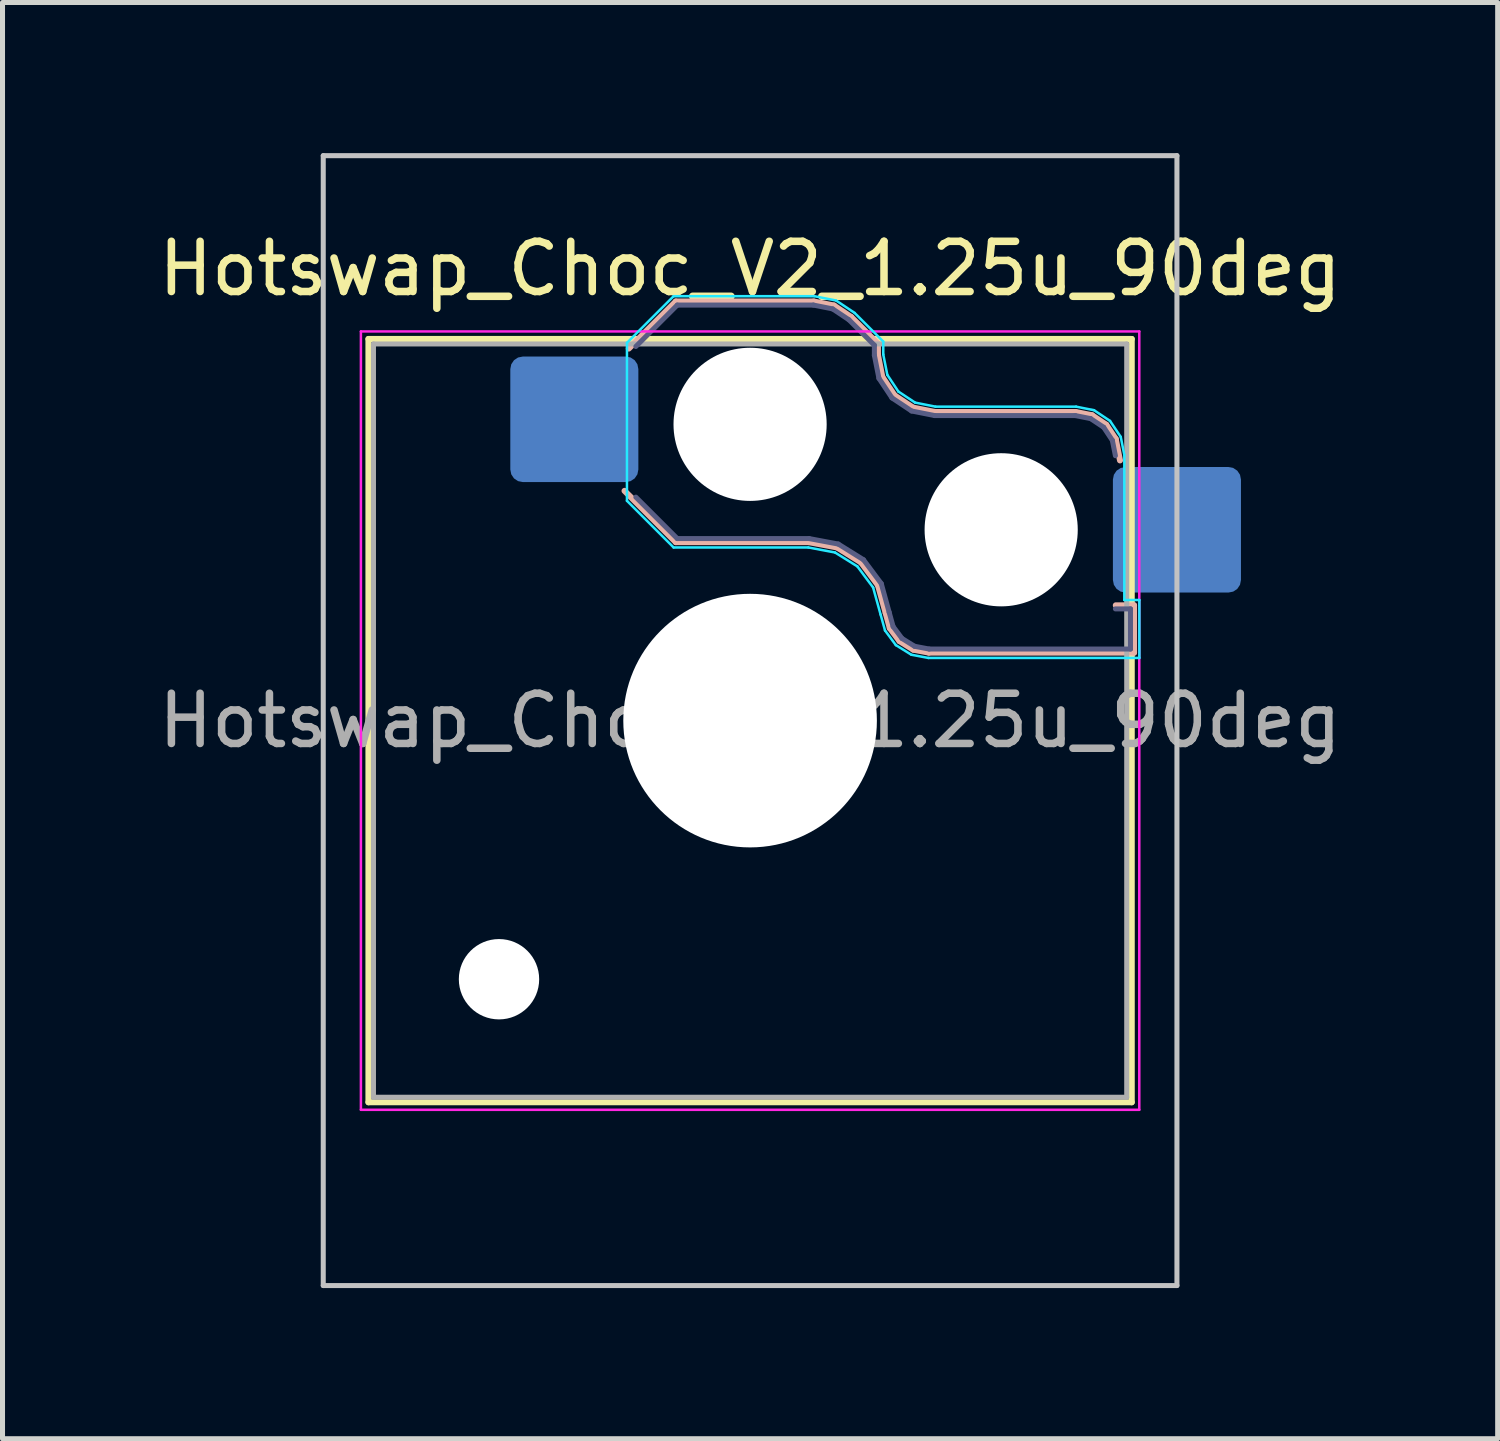
<source format=kicad_pcb>
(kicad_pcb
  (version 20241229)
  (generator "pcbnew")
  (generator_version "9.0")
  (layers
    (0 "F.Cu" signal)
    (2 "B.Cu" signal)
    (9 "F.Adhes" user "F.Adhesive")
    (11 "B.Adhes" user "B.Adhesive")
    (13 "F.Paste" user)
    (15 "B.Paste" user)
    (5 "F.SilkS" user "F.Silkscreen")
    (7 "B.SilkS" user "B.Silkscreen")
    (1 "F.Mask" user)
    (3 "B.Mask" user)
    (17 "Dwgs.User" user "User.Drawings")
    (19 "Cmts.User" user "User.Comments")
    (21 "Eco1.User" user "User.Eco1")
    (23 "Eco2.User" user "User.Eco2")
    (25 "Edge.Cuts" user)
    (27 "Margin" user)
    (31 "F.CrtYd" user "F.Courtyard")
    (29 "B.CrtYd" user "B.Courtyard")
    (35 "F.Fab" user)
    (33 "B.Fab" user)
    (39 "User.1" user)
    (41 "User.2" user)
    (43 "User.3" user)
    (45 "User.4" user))
  (footprint "Hotswap_Choc_V2_1.25u_90deg"
    (layer "F.Cu")
    (at 11.887 11.3)
    (property "Reference" "Hotswap_Choc_V2_1.25u_90deg" (at 0 -9 0) (layer "F.SilkS") (effects (font (size 1 1) (thickness 0.15))))
    (attr smd)
    (fp_line (start -7.6 -7.6) (end -7.6 7.6) (stroke (width 0.12) (type solid)) (layer "F.SilkS"))
    (fp_line (start -7.6 7.6) (end 7.6 7.6) (stroke (width 0.12) (type solid)) (layer "F.SilkS"))
    (fp_line (start 7.6 -7.6) (end -7.6 -7.6) (stroke (width 0.12) (type solid)) (layer "F.SilkS"))
    (fp_line (start 7.6 7.6) (end 7.6 -7.6) (stroke (width 0.12) (type solid)) (layer "F.SilkS"))
    (fp_line (start -2.416 -7.409) (end -1.479 -8.346) (stroke (width 0.12) (type solid)) (layer "B.SilkS"))
    (fp_line (start -1.479 -8.346) (end 1.268 -8.346) (stroke (width 0.12) (type solid)) (layer "B.SilkS"))
    (fp_line (start -1.479 -3.554) (end -2.5 -4.575) (stroke (width 0.12) (type solid)) (layer "B.SilkS"))
    (fp_line (start 1.168 -3.554) (end -1.479 -3.554) (stroke (width 0.12) (type solid)) (layer "B.SilkS"))
    (fp_line (start 1.268 -8.346) (end 1.671 -8.266) (stroke (width 0.12) (type solid)) (layer "B.SilkS"))
    (fp_line (start 1.671 -8.266) (end 2.013 -8.037) (stroke (width 0.12) (type solid)) (layer "B.SilkS"))
    (fp_line (start 1.73 -3.449) (end 1.168 -3.554) (stroke (width 0.12) (type solid)) (layer "B.SilkS"))
    (fp_line (start 2.013 -8.037) (end 2.546 -7.504) (stroke (width 0.12) (type solid)) (layer "B.SilkS"))
    (fp_line (start 2.209 -3.15) (end 1.73 -3.449) (stroke (width 0.12) (type solid)) (layer "B.SilkS"))
    (fp_line (start 2.546 -7.504) (end 2.546 -7.282) (stroke (width 0.12) (type solid)) (layer "B.SilkS"))
    (fp_line (start 2.546 -7.282) (end 2.633 -6.844) (stroke (width 0.12) (type solid)) (layer "B.SilkS"))
    (fp_line (start 2.547 -2.697) (end 2.209 -3.15) (stroke (width 0.12) (type solid)) (layer "B.SilkS"))
    (fp_line (start 2.633 -6.844) (end 2.877 -6.477) (stroke (width 0.12) (type solid)) (layer "B.SilkS"))
    (fp_line (start 2.701 -2.139) (end 2.547 -2.697) (stroke (width 0.12) (type solid)) (layer "B.SilkS"))
    (fp_line (start 2.783 -1.841) (end 2.701 -2.139) (stroke (width 0.12) (type solid)) (layer "B.SilkS"))
    (fp_line (start 2.877 -6.477) (end 3.244 -6.233) (stroke (width 0.12) (type solid)) (layer "B.SilkS"))
    (fp_line (start 2.976 -1.583) (end 2.783 -1.841) (stroke (width 0.12) (type solid)) (layer "B.SilkS"))
    (fp_line (start 3.244 -6.233) (end 3.682 -6.146) (stroke (width 0.12) (type solid)) (layer "B.SilkS"))
    (fp_line (start 3.25 -1.413) (end 2.976 -1.583) (stroke (width 0.12) (type solid)) (layer "B.SilkS"))
    (fp_line (start 3.56 -1.354) (end 3.25 -1.413) (stroke (width 0.12) (type solid)) (layer "B.SilkS"))
    (fp_line (start 3.682 -6.146) (end 6.482 -6.146) (stroke (width 0.12) (type solid)) (layer "B.SilkS"))
    (fp_line (start 6.482 -6.146) (end 6.809 -6.081) (stroke (width 0.12) (type solid)) (layer "B.SilkS"))
    (fp_line (start 6.809 -6.081) (end 7.092 -5.892) (stroke (width 0.12) (type solid)) (layer "B.SilkS"))
    (fp_line (start 7.092 -5.892) (end 7.281 -5.609) (stroke (width 0.12) (type solid)) (layer "B.SilkS"))
    (fp_line (start 7.281 -5.609) (end 7.366 -5.182) (stroke (width 0.12) (type solid)) (layer "B.SilkS"))
    (fp_line (start 7.283 -2.296) (end 7.646 -2.296) (stroke (width 0.12) (type solid)) (layer "B.SilkS"))
    (fp_line (start 7.646 -2.296) (end 7.646 -1.354) (stroke (width 0.12) (type solid)) (layer "B.SilkS"))
    (fp_line (start 7.646 -1.354) (end 3.56 -1.354) (stroke (width 0.12) (type solid)) (layer "B.SilkS"))
    (fp_line (start -8.5 -11.25) (end 8.5 -11.25) (stroke (width 0.1) (type solid)) (layer "Dwgs.User"))
    (fp_line (start -8.5 11.25) (end -8.5 -11.25) (stroke (width 0.1) (type solid)) (layer "Dwgs.User"))
    (fp_line (start 8.5 -11.25) (end 8.5 11.25) (stroke (width 0.1) (type solid)) (layer "Dwgs.User"))
    (fp_line (start 8.5 11.25) (end -8.5 11.25) (stroke (width 0.1) (type solid)) (layer "Dwgs.User"))
    (fp_line (start -7.25 -7.25) (end -7.25 7.25) (stroke (width 0.1) (type solid)) (layer "Eco1.User"))
    (fp_line (start -7.25 7.25) (end 7.25 7.25) (stroke (width 0.1) (type solid)) (layer "Eco1.User"))
    (fp_line (start 7.25 -7.25) (end -7.25 -7.25) (stroke (width 0.1) (type solid)) (layer "Eco1.User"))
    (fp_line (start 7.25 7.25) (end 7.25 -7.25) (stroke (width 0.1) (type solid)) (layer "Eco1.User"))
    (fp_line (start -2.452 -7.523) (end -1.523 -8.452) (stroke (width 0.05) (type solid)) (layer "B.CrtYd"))
    (fp_line (start -2.452 -4.377) (end -2.452 -7.523) (stroke (width 0.05) (type solid)) (layer "B.CrtYd"))
    (fp_line (start -1.523 -8.452) (end 1.278 -8.452) (stroke (width 0.05) (type solid)) (layer "B.CrtYd"))
    (fp_line (start -1.523 -3.448) (end -2.452 -4.377) (stroke (width 0.05) (type solid)) (layer "B.CrtYd"))
    (fp_line (start 1.159 -3.448) (end -1.523 -3.448) (stroke (width 0.05) (type solid)) (layer "B.CrtYd"))
    (fp_line (start 1.278 -8.452) (end 1.712 -8.366) (stroke (width 0.05) (type solid)) (layer "B.CrtYd"))
    (fp_line (start 1.691 -3.348) (end 1.159 -3.448) (stroke (width 0.05) (type solid)) (layer "B.CrtYd"))
    (fp_line (start 1.712 -8.366) (end 2.081 -8.119) (stroke (width 0.05) (type solid)) (layer "B.CrtYd"))
    (fp_line (start 2.081 -8.119) (end 2.652 -7.548) (stroke (width 0.05) (type solid)) (layer "B.CrtYd"))
    (fp_line (start 2.136 -3.071) (end 1.691 -3.348) (stroke (width 0.05) (type solid)) (layer "B.CrtYd"))
    (fp_line (start 2.45 -2.65) (end 2.136 -3.071) (stroke (width 0.05) (type solid)) (layer "B.CrtYd"))
    (fp_line (start 2.599 -2.111) (end 2.45 -2.65) (stroke (width 0.05) (type solid)) (layer "B.CrtYd"))
    (fp_line (start 2.652 -7.548) (end 2.652 -7.292) (stroke (width 0.05) (type solid)) (layer "B.CrtYd"))
    (fp_line (start 2.652 -7.292) (end 2.733 -6.885) (stroke (width 0.05) (type solid)) (layer "B.CrtYd"))
    (fp_line (start 2.687 -1.794) (end 2.599 -2.111) (stroke (width 0.05) (type solid)) (layer "B.CrtYd"))
    (fp_line (start 2.733 -6.885) (end 2.953 -6.553) (stroke (width 0.05) (type solid)) (layer "B.CrtYd"))
    (fp_line (start 2.903 -1.503) (end 2.687 -1.794) (stroke (width 0.05) (type solid)) (layer "B.CrtYd"))
    (fp_line (start 2.953 -6.553) (end 3.285 -6.333) (stroke (width 0.05) (type solid)) (layer "B.CrtYd"))
    (fp_line (start 3.211 -1.312) (end 2.903 -1.503) (stroke (width 0.05) (type solid)) (layer "B.CrtYd"))
    (fp_line (start 3.285 -6.333) (end 3.692 -6.252) (stroke (width 0.05) (type solid)) (layer "B.CrtYd"))
    (fp_line (start 3.55 -1.248) (end 3.211 -1.312) (stroke (width 0.05) (type solid)) (layer "B.CrtYd"))
    (fp_line (start 3.692 -6.252) (end 6.492 -6.252) (stroke (width 0.05) (type solid)) (layer "B.CrtYd"))
    (fp_line (start 6.492 -6.252) (end 6.85 -6.181) (stroke (width 0.05) (type solid)) (layer "B.CrtYd"))
    (fp_line (start 6.85 -6.181) (end 7.168 -5.968) (stroke (width 0.05) (type solid)) (layer "B.CrtYd"))
    (fp_line (start 7.168 -5.968) (end 7.381 -5.65) (stroke (width 0.05) (type solid)) (layer "B.CrtYd"))
    (fp_line (start 7.381 -5.65) (end 7.452 -5.292) (stroke (width 0.05) (type solid)) (layer "B.CrtYd"))
    (fp_line (start 7.452 -5.292) (end 7.452 -2.402) (stroke (width 0.05) (type solid)) (layer "B.CrtYd"))
    (fp_line (start 7.452 -2.402) (end 7.752 -2.402) (stroke (width 0.05) (type solid)) (layer "B.CrtYd"))
    (fp_line (start 7.752 -2.402) (end 7.752 -1.248) (stroke (width 0.05) (type solid)) (layer "B.CrtYd"))
    (fp_line (start 7.752 -1.248) (end 3.55 -1.248) (stroke (width 0.05) (type solid)) (layer "B.CrtYd"))
    (fp_line (start -7.75 -7.75) (end -7.75 7.75) (stroke (width 0.05) (type solid)) (layer "F.CrtYd"))
    (fp_line (start -7.75 7.75) (end 7.75 7.75) (stroke (width 0.05) (type solid)) (layer "F.CrtYd"))
    (fp_line (start 7.75 -7.75) (end -7.75 -7.75) (stroke (width 0.05) (type solid)) (layer "F.CrtYd"))
    (fp_line (start 7.75 7.75) (end 7.75 -7.75) (stroke (width 0.05) (type solid)) (layer "F.CrtYd"))
    (fp_line (start -2.275 -7.45) (end -1.45 -8.275) (stroke (width 0.1) (type solid)) (layer "B.Fab"))
    (fp_line (start -1.45 -8.275) (end 1.261 -8.275) (stroke (width 0.1) (type solid)) (layer "B.Fab"))
    (fp_line (start -1.45 -3.625) (end -2.275 -4.45) (stroke (width 0.1) (type solid)) (layer "B.Fab"))
    (fp_line (start 1.175 -3.625) (end -1.45 -3.625) (stroke (width 0.1) (type solid)) (layer "B.Fab"))
    (fp_line (start 1.261 -8.275) (end 1.643 -8.199) (stroke (width 0.1) (type solid)) (layer "B.Fab"))
    (fp_line (start 1.643 -8.199) (end 1.968 -7.982) (stroke (width 0.1) (type solid)) (layer "B.Fab"))
    (fp_line (start 1.756 -3.516) (end 1.175 -3.625) (stroke (width 0.1) (type solid)) (layer "B.Fab"))
    (fp_line (start 1.968 -7.982) (end 2.475 -7.475) (stroke (width 0.1) (type solid)) (layer "B.Fab"))
    (fp_line (start 2.258 -3.203) (end 1.756 -3.516) (stroke (width 0.1) (type solid)) (layer "B.Fab"))
    (fp_line (start 2.475 -7.475) (end 2.475 -7.275) (stroke (width 0.1) (type solid)) (layer "B.Fab"))
    (fp_line (start 2.475 -7.275) (end 2.566 -6.816) (stroke (width 0.1) (type solid)) (layer "B.Fab"))
    (fp_line (start 2.566 -6.816) (end 2.826 -6.426) (stroke (width 0.1) (type solid)) (layer "B.Fab"))
    (fp_line (start 2.612 -2.729) (end 2.258 -3.203) (stroke (width 0.1) (type solid)) (layer "B.Fab"))
    (fp_line (start 2.769 -2.158) (end 2.612 -2.729) (stroke (width 0.1) (type solid)) (layer "B.Fab"))
    (fp_line (start 2.826 -6.426) (end 3.216 -6.166) (stroke (width 0.1) (type solid)) (layer "B.Fab"))
    (fp_line (start 2.848 -1.873) (end 2.769 -2.158) (stroke (width 0.1) (type solid)) (layer "B.Fab"))
    (fp_line (start 3.025 -1.636) (end 2.848 -1.873) (stroke (width 0.1) (type solid)) (layer "B.Fab"))
    (fp_line (start 3.216 -6.166) (end 3.675 -6.075) (stroke (width 0.1) (type solid)) (layer "B.Fab"))
    (fp_line (start 3.276 -1.48) (end 3.025 -1.636) (stroke (width 0.1) (type solid)) (layer "B.Fab"))
    (fp_line (start 3.567 -1.425) (end 3.276 -1.48) (stroke (width 0.1) (type solid)) (layer "B.Fab"))
    (fp_line (start 3.675 -6.075) (end 6.475 -6.075) (stroke (width 0.1) (type solid)) (layer "B.Fab"))
    (fp_line (start 6.475 -6.075) (end 6.781 -6.014) (stroke (width 0.1) (type solid)) (layer "B.Fab"))
    (fp_line (start 6.781 -6.014) (end 7.041 -5.841) (stroke (width 0.1) (type solid)) (layer "B.Fab"))
    (fp_line (start 7.041 -5.841) (end 7.214 -5.581) (stroke (width 0.1) (type solid)) (layer "B.Fab"))
    (fp_line (start 7.214 -5.581) (end 7.275 -5.275) (stroke (width 0.1) (type solid)) (layer "B.Fab"))
    (fp_line (start 7.275 -2.225) (end 7.575 -2.225) (stroke (width 0.1) (type solid)) (layer "B.Fab"))
    (fp_line (start 7.575 -2.225) (end 7.575 -1.425) (stroke (width 0.1) (type solid)) (layer "B.Fab"))
    (fp_line (start 7.575 -1.425) (end 3.567 -1.425) (stroke (width 0.1) (type solid)) (layer "B.Fab"))
    (fp_line (start -7.5 -7.5) (end -7.5 7.5) (stroke (width 0.1) (type solid)) (layer "F.Fab"))
    (fp_line (start -7.5 7.5) (end 7.5 7.5) (stroke (width 0.1) (type solid)) (layer "F.Fab"))
    (fp_line (start 7.5 -7.5) (end -7.5 -7.5) (stroke (width 0.1) (type solid)) (layer "F.Fab"))
    (fp_line (start 7.5 7.5) (end 7.5 -7.5) (stroke (width 0.1) (type solid)) (layer "F.Fab"))
    (fp_text user "${REFERENCE}" (at 0 0 0) (layer "F.Fab") (effects (font (size 1 1) (thickness 0.15))))
    (pad "" np_thru_hole circle (at -5 5.15) (size 1.6 1.6) (drill 1.6) (layers "*.Cu" "*.Mask"))
    (pad "" np_thru_hole circle (at 0 -5.9) (size 3.05 3.05) (drill 3.05) (layers "*.Cu" "*.Mask"))
    (pad "" np_thru_hole circle (at 0 0) (size 5.05 5.05) (drill 5.05) (layers "*.Cu" "*.Mask"))
    (pad "" np_thru_hole circle (at 5 -3.8) (size 3.05 3.05) (drill 3.05) (layers "*.Cu" "*.Mask"))
    (pad "1" smd roundrect (at -3.5 -6) (size 2.55 2.5) (layers "B.Cu" "B.Mask" "B.Paste") (roundrect_rratio 0.1))
    (pad "2" smd roundrect (at 8.5 -3.8) (size 2.55 2.5) (layers "B.Cu" "B.Mask" "B.Paste") (roundrect_rratio 0.1)))
  (gr_rect
    (start -3 -3)
    (end 26.774 25.6)
    (stroke (width 0.1) (type default))
    (fill no)
    (layer "Edge.Cuts")))
</source>
